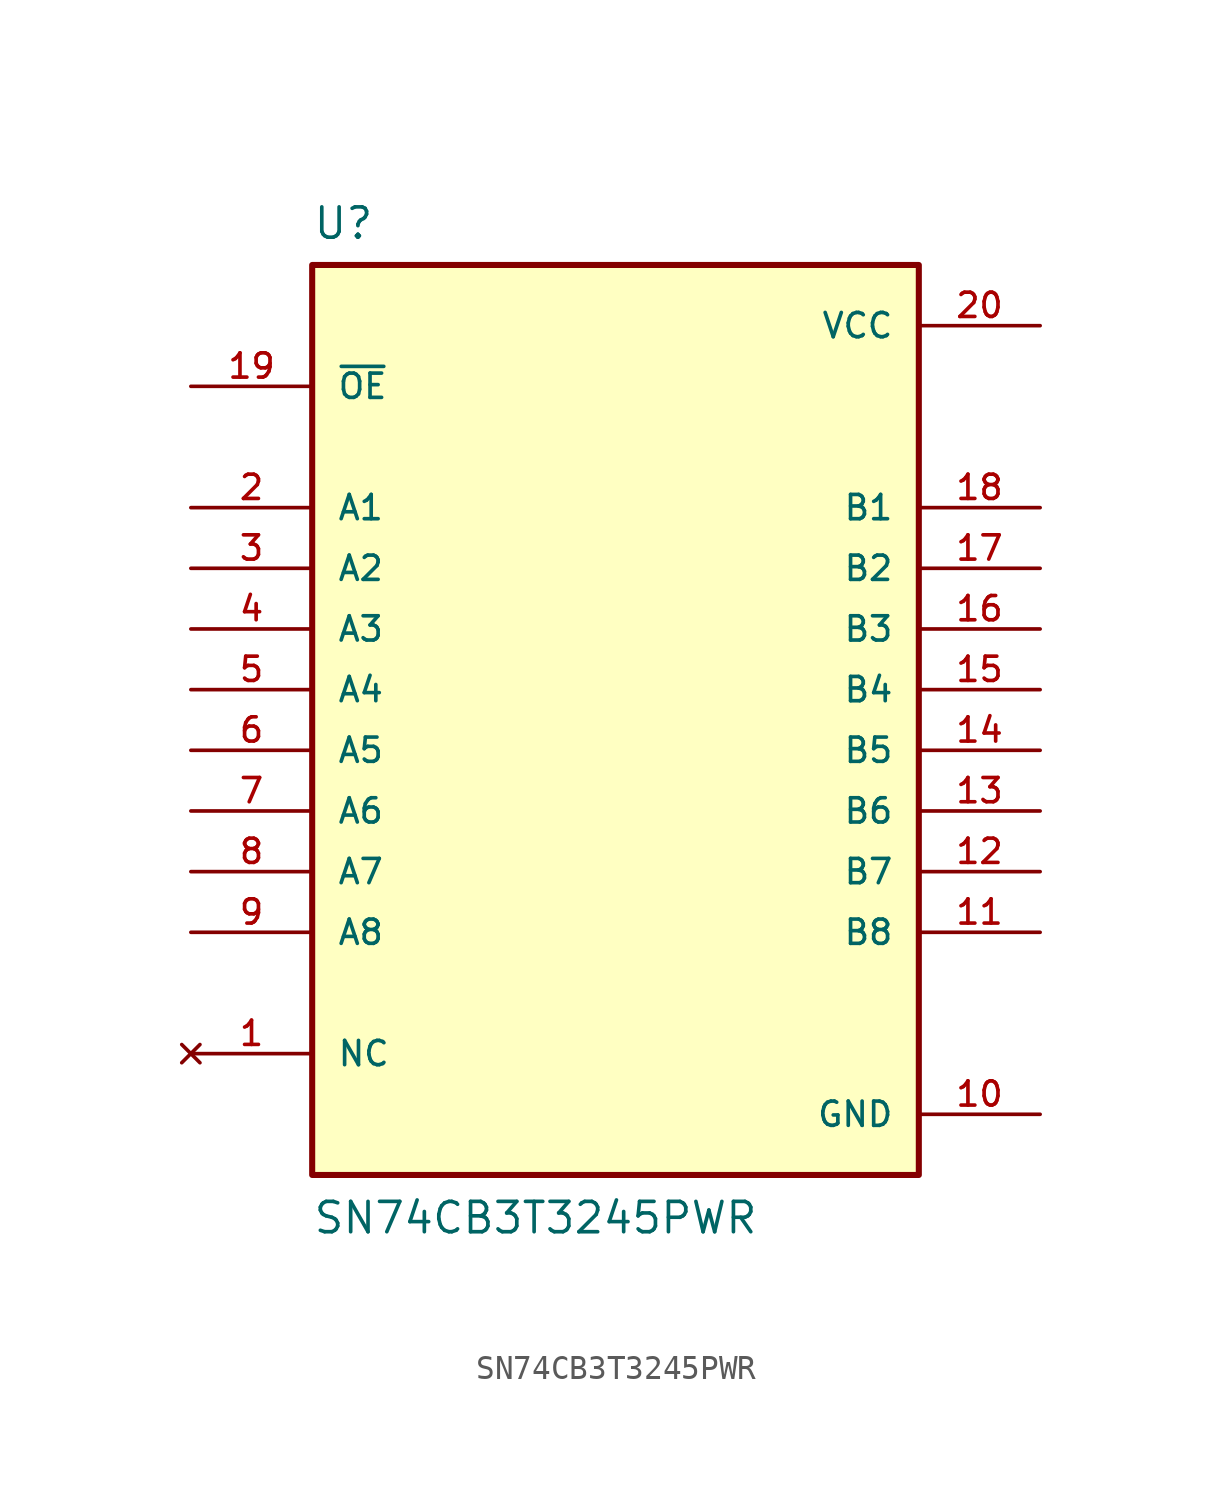
<source format=kicad_sym>
(kicad_symbol_lib
  (version 20211014)
  (generator kicad_symbol_editor)
  (symbol "SN74CB3T3245PWR"
    (pin_names
      (offset 1.016))
    (property "Reference" "U"
      (at -12.7 18.78 0.0)
      (effects (font (size 1.27 1.27)) (justify bottom left)))
    (property "Value" "SN74CB3T3245PWR"
      (at -12.7 -22.86 0.0)
      (effects (font (size 1.27 1.27)) (justify bottom left)))
    (symbol "SN74CB3T3245PWR_0_0"
      (rectangle (start -12.7 -20.32) (end 12.7 17.78) (stroke (width 0.254)) (fill (type background)))
      (pin input line (at -17.78 12.7 0) (length 5.08) (name "~{OE}" (effects (font (size 1.016 1.016)))) (number "19" (effects (font (size 1.016 1.016)))))
      (pin bidirectional line (at -17.78 7.62 0) (length 5.08) (name "A1" (effects (font (size 1.016 1.016)))) (number "2" (effects (font (size 1.016 1.016)))))
      (pin bidirectional line (at -17.78 5.08 0) (length 5.08) (name "A2" (effects (font (size 1.016 1.016)))) (number "3" (effects (font (size 1.016 1.016)))))
      (pin bidirectional line (at -17.78 2.54 0) (length 5.08) (name "A3" (effects (font (size 1.016 1.016)))) (number "4" (effects (font (size 1.016 1.016)))))
      (pin bidirectional line (at -17.78 0.0 0) (length 5.08) (name "A4" (effects (font (size 1.016 1.016)))) (number "5" (effects (font (size 1.016 1.016)))))
      (pin bidirectional line (at 17.78 7.62 180.0) (length 5.08) (name "B1" (effects (font (size 1.016 1.016)))) (number "18" (effects (font (size 1.016 1.016)))))
      (pin bidirectional line (at 17.78 5.08 180.0) (length 5.08) (name "B2" (effects (font (size 1.016 1.016)))) (number "17" (effects (font (size 1.016 1.016)))))
      (pin bidirectional line (at 17.78 2.54 180.0) (length 5.08) (name "B3" (effects (font (size 1.016 1.016)))) (number "16" (effects (font (size 1.016 1.016)))))
      (pin bidirectional line (at 17.78 0.0 180.0) (length 5.08) (name "B4" (effects (font (size 1.016 1.016)))) (number "15" (effects (font (size 1.016 1.016)))))
      (pin power_in line (at 17.78 15.24 180.0) (length 5.08) (name "VCC" (effects (font (size 1.016 1.016)))) (number "20" (effects (font (size 1.016 1.016)))))
      (pin bidirectional line (at -17.78 -2.54 0) (length 5.08) (name "A5" (effects (font (size 1.016 1.016)))) (number "6" (effects (font (size 1.016 1.016)))))
      (pin bidirectional line (at -17.78 -5.08 0) (length 5.08) (name "A6" (effects (font (size 1.016 1.016)))) (number "7" (effects (font (size 1.016 1.016)))))
      (pin bidirectional line (at -17.78 -7.62 0) (length 5.08) (name "A7" (effects (font (size 1.016 1.016)))) (number "8" (effects (font (size 1.016 1.016)))))
      (pin bidirectional line (at -17.78 -10.16 0) (length 5.08) (name "A8" (effects (font (size 1.016 1.016)))) (number "9" (effects (font (size 1.016 1.016)))))
      (pin bidirectional line (at 17.78 -2.54 180.0) (length 5.08) (name "B5" (effects (font (size 1.016 1.016)))) (number "14" (effects (font (size 1.016 1.016)))))
      (pin bidirectional line (at 17.78 -5.08 180.0) (length 5.08) (name "B6" (effects (font (size 1.016 1.016)))) (number "13" (effects (font (size 1.016 1.016)))))
      (pin bidirectional line (at 17.78 -7.62 180.0) (length 5.08) (name "B7" (effects (font (size 1.016 1.016)))) (number "12" (effects (font (size 1.016 1.016)))))
      (pin bidirectional line (at 17.78 -10.16 180.0) (length 5.08) (name "B8" (effects (font (size 1.016 1.016)))) (number "11" (effects (font (size 1.016 1.016)))))
      (pin power_in line (at 17.78 -17.78 180.0) (length 5.08) (name "GND" (effects (font (size 1.016 1.016)))) (number "10" (effects (font (size 1.016 1.016)))))
      (pin no_connect line (at -17.78 -15.24 0) (length 5.08) (name "NC" (effects (font (size 1.016 1.016)))) (number "1" (effects (font (size 1.016 1.016))))))))
</source>
